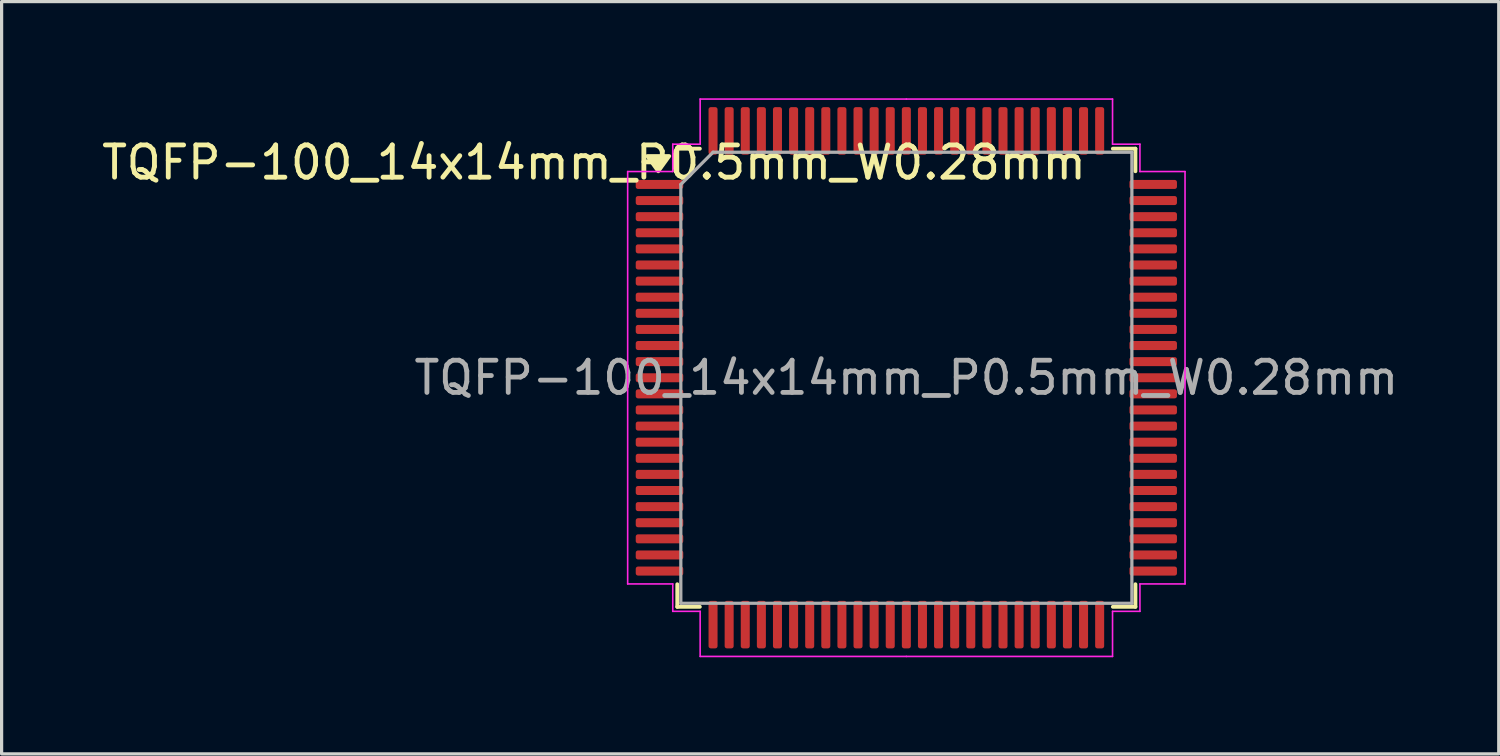
<source format=kicad_pcb>
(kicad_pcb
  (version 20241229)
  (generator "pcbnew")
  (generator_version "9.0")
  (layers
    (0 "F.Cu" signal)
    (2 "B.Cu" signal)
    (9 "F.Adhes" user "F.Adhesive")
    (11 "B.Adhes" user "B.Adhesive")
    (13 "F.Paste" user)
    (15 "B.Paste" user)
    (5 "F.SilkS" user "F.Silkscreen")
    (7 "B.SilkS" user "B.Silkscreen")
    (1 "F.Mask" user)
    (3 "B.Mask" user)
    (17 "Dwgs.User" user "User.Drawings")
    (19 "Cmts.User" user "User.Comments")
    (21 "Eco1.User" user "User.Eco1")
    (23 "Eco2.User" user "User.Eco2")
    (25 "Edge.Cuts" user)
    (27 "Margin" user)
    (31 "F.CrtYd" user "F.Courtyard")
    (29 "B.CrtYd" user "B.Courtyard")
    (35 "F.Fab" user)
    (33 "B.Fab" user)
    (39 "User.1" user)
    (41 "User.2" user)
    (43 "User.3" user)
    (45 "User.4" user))
  (footprint "TQFP-100_14x14mm_P0.5mm_W0.28mm"
    (layer "F.Cu")
    (at 25.082 8.675)
    (property "Reference" "TQFP-100_14x14mm_P0.5mm_W0.28mm" (at -9.695 -6.681 180) (layer "F.SilkS") (effects (font (size 1 1) (thickness 0.15))))
    (attr smd)
    (fp_line (start -7.11 -7.11) (end -7.11 -6.41) (stroke (width 0.12) (type solid)) (layer "F.SilkS"))
    (fp_line (start -7.11 7.11) (end -7.11 6.41) (stroke (width 0.12) (type solid)) (layer "F.SilkS"))
    (fp_line (start -6.41 -7.11) (end -7.11 -7.11) (stroke (width 0.12) (type solid)) (layer "F.SilkS"))
    (fp_line (start -6.41 7.11) (end -7.11 7.11) (stroke (width 0.12) (type solid)) (layer "F.SilkS"))
    (fp_line (start 6.41 -7.11) (end 7.11 -7.11) (stroke (width 0.12) (type solid)) (layer "F.SilkS"))
    (fp_line (start 6.41 7.11) (end 7.11 7.11) (stroke (width 0.12) (type solid)) (layer "F.SilkS"))
    (fp_line (start 7.11 -7.11) (end 7.11 -6.41) (stroke (width 0.12) (type solid)) (layer "F.SilkS"))
    (fp_line (start 7.11 7.11) (end 7.11 6.41) (stroke (width 0.12) (type solid)) (layer "F.SilkS"))
    (fp_poly (pts (xy -7.7 -6.41) (xy -8.04 -6.88) (xy -7.36 -6.88) (xy -7.7 -6.41)) (stroke (width 0.12) (type solid)) (fill yes) (layer "F.SilkS"))
    (fp_line (start -8.65 -6.4) (end -8.65 0) (stroke (width 0.05) (type solid)) (layer "F.CrtYd"))
    (fp_line (start -8.65 6.4) (end -8.65 0) (stroke (width 0.05) (type solid)) (layer "F.CrtYd"))
    (fp_line (start -7.25 -7.25) (end -7.25 -6.4) (stroke (width 0.05) (type solid)) (layer "F.CrtYd"))
    (fp_line (start -7.25 -6.4) (end -8.65 -6.4) (stroke (width 0.05) (type solid)) (layer "F.CrtYd"))
    (fp_line (start -7.25 6.4) (end -8.65 6.4) (stroke (width 0.05) (type solid)) (layer "F.CrtYd"))
    (fp_line (start -7.25 7.25) (end -7.25 6.4) (stroke (width 0.05) (type solid)) (layer "F.CrtYd"))
    (fp_line (start -6.4 -8.65) (end -6.4 -7.25) (stroke (width 0.05) (type solid)) (layer "F.CrtYd"))
    (fp_line (start -6.4 -7.25) (end -7.25 -7.25) (stroke (width 0.05) (type solid)) (layer "F.CrtYd"))
    (fp_line (start -6.4 7.25) (end -7.25 7.25) (stroke (width 0.05) (type solid)) (layer "F.CrtYd"))
    (fp_line (start -6.4 8.65) (end -6.4 7.25) (stroke (width 0.05) (type solid)) (layer "F.CrtYd"))
    (fp_line (start 0 -8.65) (end -6.4 -8.65) (stroke (width 0.05) (type solid)) (layer "F.CrtYd"))
    (fp_line (start 0 -8.65) (end 6.4 -8.65) (stroke (width 0.05) (type solid)) (layer "F.CrtYd"))
    (fp_line (start 0 8.65) (end -6.4 8.65) (stroke (width 0.05) (type solid)) (layer "F.CrtYd"))
    (fp_line (start 0 8.65) (end 6.4 8.65) (stroke (width 0.05) (type solid)) (layer "F.CrtYd"))
    (fp_line (start 6.4 -8.65) (end 6.4 -7.25) (stroke (width 0.05) (type solid)) (layer "F.CrtYd"))
    (fp_line (start 6.4 -7.25) (end 7.25 -7.25) (stroke (width 0.05) (type solid)) (layer "F.CrtYd"))
    (fp_line (start 6.4 7.25) (end 7.25 7.25) (stroke (width 0.05) (type solid)) (layer "F.CrtYd"))
    (fp_line (start 6.4 8.65) (end 6.4 7.25) (stroke (width 0.05) (type solid)) (layer "F.CrtYd"))
    (fp_line (start 7.25 -7.25) (end 7.25 -6.4) (stroke (width 0.05) (type solid)) (layer "F.CrtYd"))
    (fp_line (start 7.25 -6.4) (end 8.65 -6.4) (stroke (width 0.05) (type solid)) (layer "F.CrtYd"))
    (fp_line (start 7.25 6.4) (end 8.65 6.4) (stroke (width 0.05) (type solid)) (layer "F.CrtYd"))
    (fp_line (start 7.25 7.25) (end 7.25 6.4) (stroke (width 0.05) (type solid)) (layer "F.CrtYd"))
    (fp_line (start 8.65 -6.4) (end 8.65 0) (stroke (width 0.05) (type solid)) (layer "F.CrtYd"))
    (fp_line (start 8.65 6.4) (end 8.65 0) (stroke (width 0.05) (type solid)) (layer "F.CrtYd"))
    (fp_line (start -7 -6) (end -6 -7) (stroke (width 0.1) (type solid)) (layer "F.Fab"))
    (fp_line (start -7 7) (end -7 -6) (stroke (width 0.1) (type solid)) (layer "F.Fab"))
    (fp_line (start -6 -7) (end 7 -7) (stroke (width 0.1) (type solid)) (layer "F.Fab"))
    (fp_line (start 7 -7) (end 7 7) (stroke (width 0.1) (type solid)) (layer "F.Fab"))
    (fp_line (start 7 7) (end -7 7) (stroke (width 0.1) (type solid)) (layer "F.Fab"))
    (fp_text user "${REFERENCE}" (at 0 0 0) (layer "F.Fab") (effects (font (size 1 1) (thickness 0.15))))
    (pad "1" smd roundrect (at -7.662 -6) (size 1.475 0.28) (layers "F.Cu" "F.Mask" "F.Paste") (roundrect_rratio 0.25))
    (pad "2" smd roundrect (at -7.662 -5.5) (size 1.475 0.28) (layers "F.Cu" "F.Mask" "F.Paste") (roundrect_rratio 0.25))
    (pad "3" smd roundrect (at -7.662 -5) (size 1.475 0.28) (layers "F.Cu" "F.Mask" "F.Paste") (roundrect_rratio 0.25))
    (pad "4" smd roundrect (at -7.662 -4.5) (size 1.475 0.28) (layers "F.Cu" "F.Mask" "F.Paste") (roundrect_rratio 0.25))
    (pad "5" smd roundrect (at -7.662 -4) (size 1.475 0.28) (layers "F.Cu" "F.Mask" "F.Paste") (roundrect_rratio 0.25))
    (pad "6" smd roundrect (at -7.662 -3.5) (size 1.475 0.28) (layers "F.Cu" "F.Mask" "F.Paste") (roundrect_rratio 0.25))
    (pad "7" smd roundrect (at -7.662 -3) (size 1.475 0.28) (layers "F.Cu" "F.Mask" "F.Paste") (roundrect_rratio 0.25))
    (pad "8" smd roundrect (at -7.662 -2.5) (size 1.475 0.28) (layers "F.Cu" "F.Mask" "F.Paste") (roundrect_rratio 0.25))
    (pad "9" smd roundrect (at -7.662 -2) (size 1.475 0.28) (layers "F.Cu" "F.Mask" "F.Paste") (roundrect_rratio 0.25))
    (pad "10" smd roundrect (at -7.662 -1.5) (size 1.475 0.28) (layers "F.Cu" "F.Mask" "F.Paste") (roundrect_rratio 0.25))
    (pad "11" smd roundrect (at -7.662 -1) (size 1.475 0.28) (layers "F.Cu" "F.Mask" "F.Paste") (roundrect_rratio 0.25))
    (pad "12" smd roundrect (at -7.662 -0.5) (size 1.475 0.28) (layers "F.Cu" "F.Mask" "F.Paste") (roundrect_rratio 0.25))
    (pad "13" smd roundrect (at -7.662 0) (size 1.475 0.28) (layers "F.Cu" "F.Mask" "F.Paste") (roundrect_rratio 0.25))
    (pad "14" smd roundrect (at -7.662 0.5) (size 1.475 0.28) (layers "F.Cu" "F.Mask" "F.Paste") (roundrect_rratio 0.25))
    (pad "15" smd roundrect (at -7.662 1) (size 1.475 0.28) (layers "F.Cu" "F.Mask" "F.Paste") (roundrect_rratio 0.25))
    (pad "16" smd roundrect (at -7.662 1.5) (size 1.475 0.28) (layers "F.Cu" "F.Mask" "F.Paste") (roundrect_rratio 0.25))
    (pad "17" smd roundrect (at -7.662 2) (size 1.475 0.28) (layers "F.Cu" "F.Mask" "F.Paste") (roundrect_rratio 0.25))
    (pad "18" smd roundrect (at -7.662 2.5) (size 1.475 0.28) (layers "F.Cu" "F.Mask" "F.Paste") (roundrect_rratio 0.25))
    (pad "19" smd roundrect (at -7.662 3) (size 1.475 0.28) (layers "F.Cu" "F.Mask" "F.Paste") (roundrect_rratio 0.25))
    (pad "20" smd roundrect (at -7.662 3.5) (size 1.475 0.28) (layers "F.Cu" "F.Mask" "F.Paste") (roundrect_rratio 0.25))
    (pad "21" smd roundrect (at -7.662 4) (size 1.475 0.28) (layers "F.Cu" "F.Mask" "F.Paste") (roundrect_rratio 0.25))
    (pad "22" smd roundrect (at -7.662 4.5) (size 1.475 0.28) (layers "F.Cu" "F.Mask" "F.Paste") (roundrect_rratio 0.25))
    (pad "23" smd roundrect (at -7.662 5) (size 1.475 0.28) (layers "F.Cu" "F.Mask" "F.Paste") (roundrect_rratio 0.25))
    (pad "24" smd roundrect (at -7.662 5.5) (size 1.475 0.28) (layers "F.Cu" "F.Mask" "F.Paste") (roundrect_rratio 0.25))
    (pad "25" smd roundrect (at -7.662 6) (size 1.475 0.28) (layers "F.Cu" "F.Mask" "F.Paste") (roundrect_rratio 0.25))
    (pad "26" smd roundrect (at -6 7.662) (size 0.28 1.475) (layers "F.Cu" "F.Mask" "F.Paste") (roundrect_rratio 0.25))
    (pad "27" smd roundrect (at -5.5 7.662) (size 0.28 1.475) (layers "F.Cu" "F.Mask" "F.Paste") (roundrect_rratio 0.25))
    (pad "28" smd roundrect (at -5 7.662) (size 0.28 1.475) (layers "F.Cu" "F.Mask" "F.Paste") (roundrect_rratio 0.25))
    (pad "29" smd roundrect (at -4.5 7.662) (size 0.28 1.475) (layers "F.Cu" "F.Mask" "F.Paste") (roundrect_rratio 0.25))
    (pad "30" smd roundrect (at -4 7.662) (size 0.28 1.475) (layers "F.Cu" "F.Mask" "F.Paste") (roundrect_rratio 0.25))
    (pad "31" smd roundrect (at -3.5 7.662) (size 0.28 1.475) (layers "F.Cu" "F.Mask" "F.Paste") (roundrect_rratio 0.25))
    (pad "32" smd roundrect (at -3 7.662) (size 0.28 1.475) (layers "F.Cu" "F.Mask" "F.Paste") (roundrect_rratio 0.25))
    (pad "33" smd roundrect (at -2.5 7.662) (size 0.28 1.475) (layers "F.Cu" "F.Mask" "F.Paste") (roundrect_rratio 0.25))
    (pad "34" smd roundrect (at -2 7.662) (size 0.28 1.475) (layers "F.Cu" "F.Mask" "F.Paste") (roundrect_rratio 0.25))
    (pad "35" smd roundrect (at -1.5 7.662) (size 0.28 1.475) (layers "F.Cu" "F.Mask" "F.Paste") (roundrect_rratio 0.25))
    (pad "36" smd roundrect (at -1 7.662) (size 0.28 1.475) (layers "F.Cu" "F.Mask" "F.Paste") (roundrect_rratio 0.25))
    (pad "37" smd roundrect (at -0.5 7.662) (size 0.28 1.475) (layers "F.Cu" "F.Mask" "F.Paste") (roundrect_rratio 0.25))
    (pad "38" smd roundrect (at 0 7.662) (size 0.28 1.475) (layers "F.Cu" "F.Mask" "F.Paste") (roundrect_rratio 0.25))
    (pad "39" smd roundrect (at 0.5 7.662) (size 0.28 1.475) (layers "F.Cu" "F.Mask" "F.Paste") (roundrect_rratio 0.25))
    (pad "40" smd roundrect (at 1 7.662) (size 0.28 1.475) (layers "F.Cu" "F.Mask" "F.Paste") (roundrect_rratio 0.25))
    (pad "41" smd roundrect (at 1.5 7.662) (size 0.28 1.475) (layers "F.Cu" "F.Mask" "F.Paste") (roundrect_rratio 0.25))
    (pad "42" smd roundrect (at 2 7.662) (size 0.28 1.475) (layers "F.Cu" "F.Mask" "F.Paste") (roundrect_rratio 0.25))
    (pad "43" smd roundrect (at 2.5 7.662) (size 0.28 1.475) (layers "F.Cu" "F.Mask" "F.Paste") (roundrect_rratio 0.25))
    (pad "44" smd roundrect (at 3 7.662) (size 0.28 1.475) (layers "F.Cu" "F.Mask" "F.Paste") (roundrect_rratio 0.25))
    (pad "45" smd roundrect (at 3.5 7.662) (size 0.28 1.475) (layers "F.Cu" "F.Mask" "F.Paste") (roundrect_rratio 0.25))
    (pad "46" smd roundrect (at 4 7.662) (size 0.28 1.475) (layers "F.Cu" "F.Mask" "F.Paste") (roundrect_rratio 0.25))
    (pad "47" smd roundrect (at 4.5 7.662) (size 0.28 1.475) (layers "F.Cu" "F.Mask" "F.Paste") (roundrect_rratio 0.25))
    (pad "48" smd roundrect (at 5 7.662) (size 0.28 1.475) (layers "F.Cu" "F.Mask" "F.Paste") (roundrect_rratio 0.25))
    (pad "49" smd roundrect (at 5.5 7.662) (size 0.28 1.475) (layers "F.Cu" "F.Mask" "F.Paste") (roundrect_rratio 0.25))
    (pad "50" smd roundrect (at 6 7.662) (size 0.28 1.475) (layers "F.Cu" "F.Mask" "F.Paste") (roundrect_rratio 0.25))
    (pad "51" smd roundrect (at 7.662 6) (size 1.475 0.28) (layers "F.Cu" "F.Mask" "F.Paste") (roundrect_rratio 0.25))
    (pad "52" smd roundrect (at 7.662 5.5) (size 1.475 0.28) (layers "F.Cu" "F.Mask" "F.Paste") (roundrect_rratio 0.25))
    (pad "53" smd roundrect (at 7.662 5) (size 1.475 0.28) (layers "F.Cu" "F.Mask" "F.Paste") (roundrect_rratio 0.25))
    (pad "54" smd roundrect (at 7.662 4.5) (size 1.475 0.28) (layers "F.Cu" "F.Mask" "F.Paste") (roundrect_rratio 0.25))
    (pad "55" smd roundrect (at 7.662 4) (size 1.475 0.28) (layers "F.Cu" "F.Mask" "F.Paste") (roundrect_rratio 0.25))
    (pad "56" smd roundrect (at 7.662 3.5) (size 1.475 0.28) (layers "F.Cu" "F.Mask" "F.Paste") (roundrect_rratio 0.25))
    (pad "57" smd roundrect (at 7.662 3) (size 1.475 0.28) (layers "F.Cu" "F.Mask" "F.Paste") (roundrect_rratio 0.25))
    (pad "58" smd roundrect (at 7.662 2.5) (size 1.475 0.28) (layers "F.Cu" "F.Mask" "F.Paste") (roundrect_rratio 0.25))
    (pad "59" smd roundrect (at 7.662 2) (size 1.475 0.28) (layers "F.Cu" "F.Mask" "F.Paste") (roundrect_rratio 0.25))
    (pad "60" smd roundrect (at 7.662 1.5) (size 1.475 0.28) (layers "F.Cu" "F.Mask" "F.Paste") (roundrect_rratio 0.25))
    (pad "61" smd roundrect (at 7.662 1) (size 1.475 0.28) (layers "F.Cu" "F.Mask" "F.Paste") (roundrect_rratio 0.25))
    (pad "62" smd roundrect (at 7.662 0.5) (size 1.475 0.28) (layers "F.Cu" "F.Mask" "F.Paste") (roundrect_rratio 0.25))
    (pad "63" smd roundrect (at 7.662 0) (size 1.475 0.28) (layers "F.Cu" "F.Mask" "F.Paste") (roundrect_rratio 0.25))
    (pad "64" smd roundrect (at 7.662 -0.5) (size 1.475 0.28) (layers "F.Cu" "F.Mask" "F.Paste") (roundrect_rratio 0.25))
    (pad "65" smd roundrect (at 7.662 -1) (size 1.475 0.28) (layers "F.Cu" "F.Mask" "F.Paste") (roundrect_rratio 0.25))
    (pad "66" smd roundrect (at 7.662 -1.5) (size 1.475 0.28) (layers "F.Cu" "F.Mask" "F.Paste") (roundrect_rratio 0.25))
    (pad "67" smd roundrect (at 7.662 -2) (size 1.475 0.28) (layers "F.Cu" "F.Mask" "F.Paste") (roundrect_rratio 0.25))
    (pad "68" smd roundrect (at 7.662 -2.5) (size 1.475 0.28) (layers "F.Cu" "F.Mask" "F.Paste") (roundrect_rratio 0.25))
    (pad "69" smd roundrect (at 7.662 -3) (size 1.475 0.28) (layers "F.Cu" "F.Mask" "F.Paste") (roundrect_rratio 0.25))
    (pad "70" smd roundrect (at 7.662 -3.5) (size 1.475 0.28) (layers "F.Cu" "F.Mask" "F.Paste") (roundrect_rratio 0.25))
    (pad "71" smd roundrect (at 7.662 -4) (size 1.475 0.28) (layers "F.Cu" "F.Mask" "F.Paste") (roundrect_rratio 0.25))
    (pad "72" smd roundrect (at 7.662 -4.5) (size 1.475 0.28) (layers "F.Cu" "F.Mask" "F.Paste") (roundrect_rratio 0.25))
    (pad "73" smd roundrect (at 7.662 -5) (size 1.475 0.28) (layers "F.Cu" "F.Mask" "F.Paste") (roundrect_rratio 0.25))
    (pad "74" smd roundrect (at 7.662 -5.5) (size 1.475 0.28) (layers "F.Cu" "F.Mask" "F.Paste") (roundrect_rratio 0.25))
    (pad "75" smd roundrect (at 7.662 -6) (size 1.475 0.28) (layers "F.Cu" "F.Mask" "F.Paste") (roundrect_rratio 0.25))
    (pad "76" smd roundrect (at 6 -7.662) (size 0.28 1.475) (layers "F.Cu" "F.Mask" "F.Paste") (roundrect_rratio 0.25))
    (pad "77" smd roundrect (at 5.5 -7.662) (size 0.28 1.475) (layers "F.Cu" "F.Mask" "F.Paste") (roundrect_rratio 0.25))
    (pad "78" smd roundrect (at 5 -7.662) (size 0.28 1.475) (layers "F.Cu" "F.Mask" "F.Paste") (roundrect_rratio 0.25))
    (pad "79" smd roundrect (at 4.5 -7.662) (size 0.28 1.475) (layers "F.Cu" "F.Mask" "F.Paste") (roundrect_rratio 0.25))
    (pad "80" smd roundrect (at 4 -7.662) (size 0.28 1.475) (layers "F.Cu" "F.Mask" "F.Paste") (roundrect_rratio 0.25))
    (pad "81" smd roundrect (at 3.5 -7.662) (size 0.28 1.475) (layers "F.Cu" "F.Mask" "F.Paste") (roundrect_rratio 0.25))
    (pad "82" smd roundrect (at 3 -7.662) (size 0.28 1.475) (layers "F.Cu" "F.Mask" "F.Paste") (roundrect_rratio 0.25))
    (pad "83" smd roundrect (at 2.5 -7.662) (size 0.28 1.475) (layers "F.Cu" "F.Mask" "F.Paste") (roundrect_rratio 0.25))
    (pad "84" smd roundrect (at 2 -7.662) (size 0.28 1.475) (layers "F.Cu" "F.Mask" "F.Paste") (roundrect_rratio 0.25))
    (pad "85" smd roundrect (at 1.5 -7.662) (size 0.28 1.475) (layers "F.Cu" "F.Mask" "F.Paste") (roundrect_rratio 0.25))
    (pad "86" smd roundrect (at 1 -7.662) (size 0.28 1.475) (layers "F.Cu" "F.Mask" "F.Paste") (roundrect_rratio 0.25))
    (pad "87" smd roundrect (at 0.5 -7.662) (size 0.28 1.475) (layers "F.Cu" "F.Mask" "F.Paste") (roundrect_rratio 0.25))
    (pad "88" smd roundrect (at 0 -7.662) (size 0.28 1.475) (layers "F.Cu" "F.Mask" "F.Paste") (roundrect_rratio 0.25))
    (pad "89" smd roundrect (at -0.5 -7.662) (size 0.28 1.475) (layers "F.Cu" "F.Mask" "F.Paste") (roundrect_rratio 0.25))
    (pad "90" smd roundrect (at -1 -7.662) (size 0.28 1.475) (layers "F.Cu" "F.Mask" "F.Paste") (roundrect_rratio 0.25))
    (pad "91" smd roundrect (at -1.5 -7.662) (size 0.28 1.475) (layers "F.Cu" "F.Mask" "F.Paste") (roundrect_rratio 0.25))
    (pad "92" smd roundrect (at -2 -7.662) (size 0.28 1.475) (layers "F.Cu" "F.Mask" "F.Paste") (roundrect_rratio 0.25))
    (pad "93" smd roundrect (at -2.5 -7.662) (size 0.28 1.475) (layers "F.Cu" "F.Mask" "F.Paste") (roundrect_rratio 0.25))
    (pad "94" smd roundrect (at -3 -7.662) (size 0.28 1.475) (layers "F.Cu" "F.Mask" "F.Paste") (roundrect_rratio 0.25))
    (pad "95" smd roundrect (at -3.5 -7.662) (size 0.28 1.475) (layers "F.Cu" "F.Mask" "F.Paste") (roundrect_rratio 0.25))
    (pad "96" smd roundrect (at -4 -7.662) (size 0.28 1.475) (layers "F.Cu" "F.Mask" "F.Paste") (roundrect_rratio 0.25))
    (pad "97" smd roundrect (at -4.5 -7.662) (size 0.28 1.475) (layers "F.Cu" "F.Mask" "F.Paste") (roundrect_rratio 0.25))
    (pad "98" smd roundrect (at -5 -7.662) (size 0.28 1.475) (layers "F.Cu" "F.Mask" "F.Paste") (roundrect_rratio 0.25))
    (pad "99" smd roundrect (at -5.5 -7.662) (size 0.28 1.475) (layers "F.Cu" "F.Mask" "F.Paste") (roundrect_rratio 0.25))
    (pad "100" smd roundrect (at -6 -7.662) (size 0.28 1.475) (layers "F.Cu" "F.Mask" "F.Paste") (roundrect_rratio 0.25)))
  (gr_rect
    (start -3 -3)
    (end 43.469 20.35)
    (stroke (width 0.1) (type default))
    (fill no)
    (layer "Edge.Cuts")))
</source>
